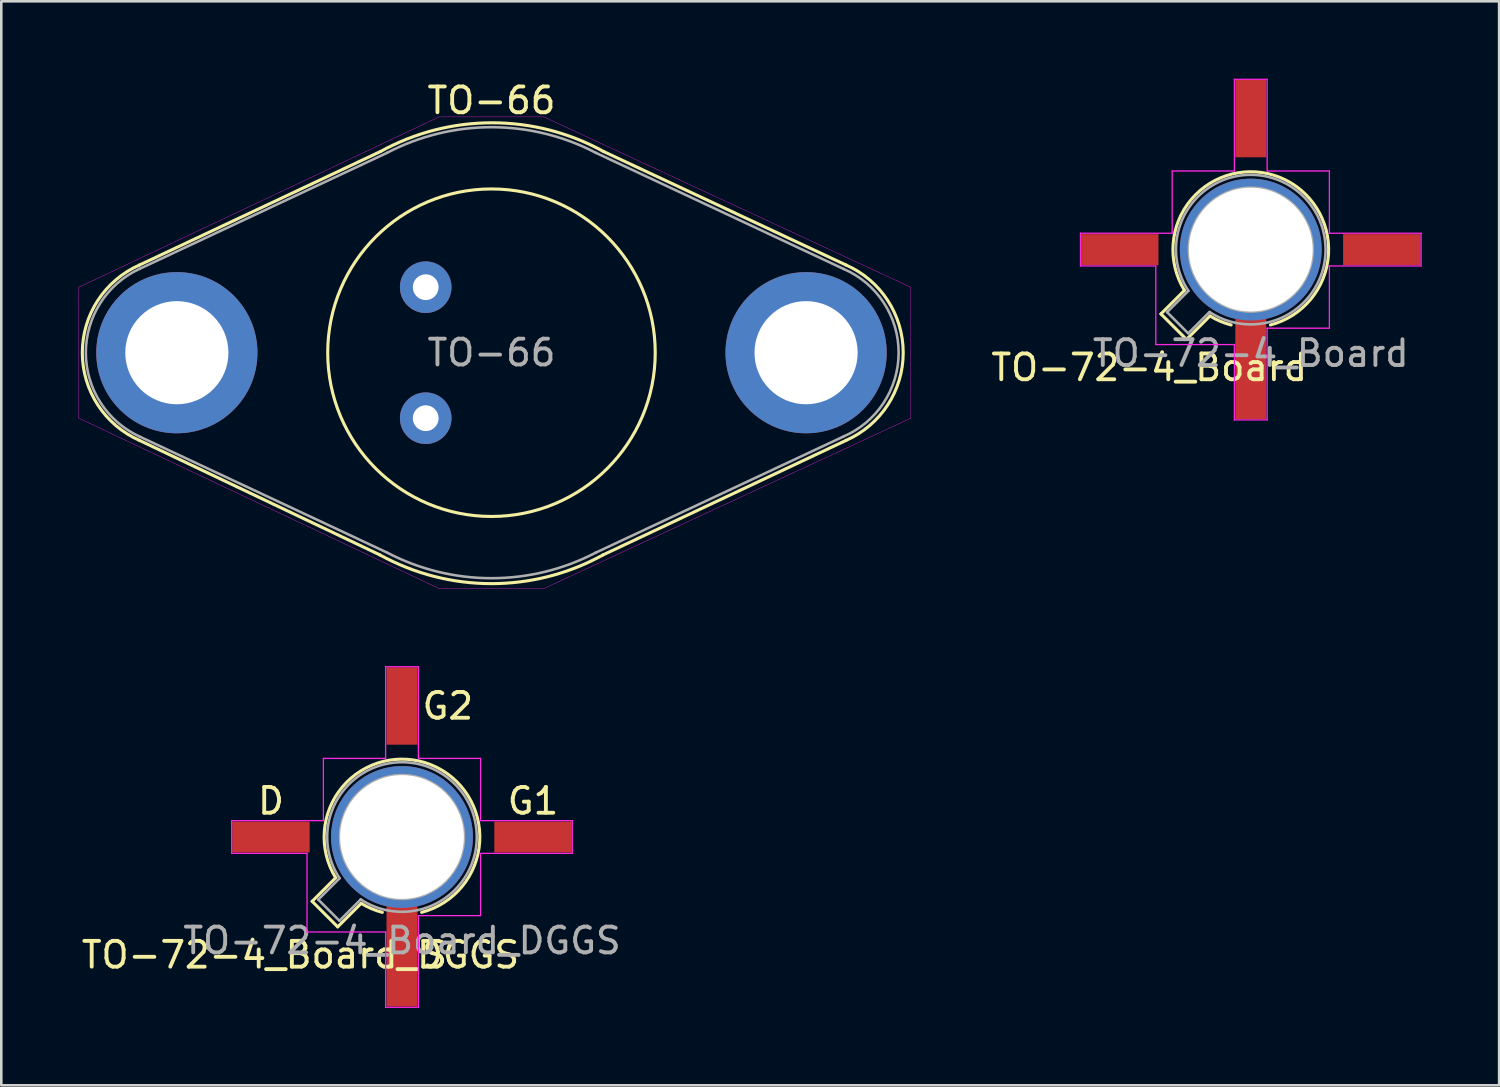
<source format=kicad_pcb>
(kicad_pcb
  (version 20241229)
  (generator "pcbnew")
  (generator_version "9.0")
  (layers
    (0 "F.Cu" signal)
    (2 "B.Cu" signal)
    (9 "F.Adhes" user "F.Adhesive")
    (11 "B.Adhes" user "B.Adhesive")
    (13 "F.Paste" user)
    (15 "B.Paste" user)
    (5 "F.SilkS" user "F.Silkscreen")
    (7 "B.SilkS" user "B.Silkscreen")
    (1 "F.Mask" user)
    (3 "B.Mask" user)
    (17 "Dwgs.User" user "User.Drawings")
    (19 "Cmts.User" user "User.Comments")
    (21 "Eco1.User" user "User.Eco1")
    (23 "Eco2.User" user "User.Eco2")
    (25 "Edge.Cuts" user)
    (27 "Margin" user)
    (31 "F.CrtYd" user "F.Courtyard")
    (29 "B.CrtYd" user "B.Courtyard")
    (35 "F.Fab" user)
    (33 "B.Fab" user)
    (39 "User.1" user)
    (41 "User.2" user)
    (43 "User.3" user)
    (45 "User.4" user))
  (footprint "TO-72-4_Board_DGGS"
    (layer "F.Cu")
    (at 11.268 29.407)
    (property "Reference" "TO-72-4_Board_DGGS" (at -2.667 4.572 0) (layer "F.SilkS") (effects (font (size 1 1) (thickness 0.15))))
    (fp_line (start -2.214 2.494) (end -1.302 1.582) (stroke (width 0.12) (type solid)) (layer "F.SilkS"))
    (fp_line (start -1.224 3.484) (end -2.214 2.494) (stroke (width 0.12) (type solid)) (layer "F.SilkS"))
    (fp_line (start -0.312 2.572) (end -1.224 3.484) (stroke (width 0.12) (type solid)) (layer "F.SilkS"))
    (fp_arc (start -1.30109 1.581891) (mid 2.395391 -2.801139) (end 2.032 2.921) (stroke (width 0.12) (type solid)) (layer "F.SilkS"))
    (fp_arc (start 0.507681 2.922203) (mid 0.084691 2.777669) (end -0.312331 2.572281) (stroke (width 0.12) (type solid)) (layer "F.SilkS"))
    (fp_line (start -5.334 -0.635) (end -1.778 -0.635) (stroke (width 0.05) (type solid)) (layer "F.CrtYd"))
    (fp_line (start -5.334 0.635) (end -5.334 -0.635) (stroke (width 0.05) (type solid)) (layer "F.CrtYd"))
    (fp_line (start -2.413 0.635) (end -5.334 0.635) (stroke (width 0.05) (type solid)) (layer "F.CrtYd"))
    (fp_line (start -2.413 3.683) (end -2.413 0.635) (stroke (width 0.05) (type solid)) (layer "F.CrtYd"))
    (fp_line (start -1.778 -3.048) (end 0.635 -3.048) (stroke (width 0.05) (type solid)) (layer "F.CrtYd"))
    (fp_line (start -1.778 -0.635) (end -1.778 -3.048) (stroke (width 0.05) (type solid)) (layer "F.CrtYd"))
    (fp_line (start 0.635 -6.604) (end 1.905 -6.604) (stroke (width 0.05) (type solid)) (layer "F.CrtYd"))
    (fp_line (start 0.635 -3.048) (end 0.635 -6.604) (stroke (width 0.05) (type solid)) (layer "F.CrtYd"))
    (fp_line (start 0.635 3.683) (end -2.413 3.683) (stroke (width 0.05) (type solid)) (layer "F.CrtYd"))
    (fp_line (start 0.635 6.604) (end 0.635 3.683) (stroke (width 0.05) (type solid)) (layer "F.CrtYd"))
    (fp_line (start 1.905 -6.604) (end 1.905 -3.048) (stroke (width 0.05) (type solid)) (layer "F.CrtYd"))
    (fp_line (start 1.905 -3.048) (end 4.318 -3.048) (stroke (width 0.05) (type solid)) (layer "F.CrtYd"))
    (fp_line (start 1.905 3.048) (end 1.905 6.604) (stroke (width 0.05) (type solid)) (layer "F.CrtYd"))
    (fp_line (start 1.905 6.604) (end 0.635 6.604) (stroke (width 0.05) (type solid)) (layer "F.CrtYd"))
    (fp_line (start 4.318 -3.048) (end 4.318 -0.635) (stroke (width 0.05) (type solid)) (layer "F.CrtYd"))
    (fp_line (start 4.318 -0.635) (end 7.874 -0.635) (stroke (width 0.05) (type solid)) (layer "F.CrtYd"))
    (fp_line (start 4.318 0.635) (end 4.318 3.048) (stroke (width 0.05) (type solid)) (layer "F.CrtYd"))
    (fp_line (start 4.318 3.048) (end 1.905 3.048) (stroke (width 0.05) (type solid)) (layer "F.CrtYd"))
    (fp_line (start 7.874 -0.635) (end 7.874 0.635) (stroke (width 0.05) (type solid)) (layer "F.CrtYd"))
    (fp_line (start 7.874 0.635) (end 4.318 0.635) (stroke (width 0.05) (type solid)) (layer "F.CrtYd"))
    (fp_line (start -1.977 2.426) (end -1.149 1.599) (stroke (width 0.1) (type solid)) (layer "F.Fab"))
    (fp_line (start -1.156 3.247) (end -1.977 2.426) (stroke (width 0.1) (type solid)) (layer "F.Fab"))
    (fp_line (start -0.329 2.419) (end -1.156 3.247) (stroke (width 0.1) (type solid)) (layer "F.Fab"))
    (fp_arc (start -1.150029 1.597956) (mid 3.321077 -2.050143) (end -0.329057 2.419301) (stroke (width 0.1) (type solid)) (layer "F.Fab"))
    (fp_circle (center 1.27 0) (end 3.67 0) (stroke (width 0.1) (type solid)) (fill no) (layer "F.Fab"))
    (fp_text user "G1" (at 6.35 -1.397 0) (unlocked yes) (layer "F.SilkS") (effects (font (size 1 1) (thickness 0.15))))
    (fp_text user "S" (at 2.54 4.572 0) (unlocked yes) (layer "F.SilkS") (effects (font (size 1 1) (thickness 0.15))))
    (fp_text user "D" (at -3.81 -1.397 0) (unlocked yes) (layer "F.SilkS") (effects (font (size 1 1) (thickness 0.15))))
    (fp_text user "G2" (at 3.048 -5.08 0) (unlocked yes) (layer "F.SilkS") (effects (font (size 1 1) (thickness 0.15))))
    (fp_text user "${REFERENCE}" (at 1.27 4.02 0) (layer "F.Fab") (effects (font (size 1 1) (thickness 0.15))))
    (pad "1" smd rect (at -3.81 0) (size 3 1.2) (layers "F.Cu" "F.Mask" "F.Paste"))
    (pad "2" smd rect (at 1.27 -5.08) (size 1.2 3) (layers "F.Cu" "F.Mask" "F.Paste"))
    (pad "3" smd rect (at 6.35 0) (size 3 1.2) (layers "F.Cu" "F.Mask" "F.Paste"))
    (pad "4" thru_hole circle (at 1.27 0) (size 5.5 5.5) (drill 4.8) (layers "*.Cu" "*.Mask"))
    (pad "4" smd rect (at 1.27 4.572) (size 1.2 4) (layers "F.Cu" "F.Mask" "F.Paste")))
  (footprint "TO-72-4_Board"
    (layer "F.Cu")
    (at 44.182 6.629)
    (property "Reference" "TO-72-4_Board" (at -2.667 4.572 0) (layer "F.SilkS") (effects (font (size 1 1) (thickness 0.15))))
    (attr through_hole)
    (fp_line (start -2.214 2.494) (end -1.302 1.582) (stroke (width 0.12) (type solid)) (layer "F.SilkS"))
    (fp_line (start -1.224 3.484) (end -2.214 2.494) (stroke (width 0.12) (type solid)) (layer "F.SilkS"))
    (fp_line (start -0.312 2.572) (end -1.224 3.484) (stroke (width 0.12) (type solid)) (layer "F.SilkS"))
    (fp_arc (start -1.30109 1.581891) (mid 2.395391 -2.801139) (end 2.032 2.921) (stroke (width 0.12) (type solid)) (layer "F.SilkS"))
    (fp_arc (start 0.507681 2.922203) (mid 0.084691 2.777669) (end -0.312331 2.572281) (stroke (width 0.12) (type solid)) (layer "F.SilkS"))
    (fp_line (start -5.334 -0.635) (end -1.778 -0.635) (stroke (width 0.05) (type solid)) (layer "F.CrtYd"))
    (fp_line (start -5.334 0.635) (end -5.334 -0.635) (stroke (width 0.05) (type solid)) (layer "F.CrtYd"))
    (fp_line (start -2.413 0.635) (end -5.334 0.635) (stroke (width 0.05) (type solid)) (layer "F.CrtYd"))
    (fp_line (start -2.413 3.683) (end -2.413 0.635) (stroke (width 0.05) (type solid)) (layer "F.CrtYd"))
    (fp_line (start -1.778 -3.048) (end 0.635 -3.048) (stroke (width 0.05) (type solid)) (layer "F.CrtYd"))
    (fp_line (start -1.778 -0.635) (end -1.778 -3.048) (stroke (width 0.05) (type solid)) (layer "F.CrtYd"))
    (fp_line (start 0.635 -6.604) (end 1.905 -6.604) (stroke (width 0.05) (type solid)) (layer "F.CrtYd"))
    (fp_line (start 0.635 -3.048) (end 0.635 -6.604) (stroke (width 0.05) (type solid)) (layer "F.CrtYd"))
    (fp_line (start 0.635 3.683) (end -2.413 3.683) (stroke (width 0.05) (type solid)) (layer "F.CrtYd"))
    (fp_line (start 0.635 6.604) (end 0.635 3.683) (stroke (width 0.05) (type solid)) (layer "F.CrtYd"))
    (fp_line (start 1.905 -6.604) (end 1.905 -3.048) (stroke (width 0.05) (type solid)) (layer "F.CrtYd"))
    (fp_line (start 1.905 -3.048) (end 4.318 -3.048) (stroke (width 0.05) (type solid)) (layer "F.CrtYd"))
    (fp_line (start 1.905 3.048) (end 1.905 6.604) (stroke (width 0.05) (type solid)) (layer "F.CrtYd"))
    (fp_line (start 1.905 6.604) (end 0.635 6.604) (stroke (width 0.05) (type solid)) (layer "F.CrtYd"))
    (fp_line (start 4.318 -3.048) (end 4.318 -0.635) (stroke (width 0.05) (type solid)) (layer "F.CrtYd"))
    (fp_line (start 4.318 -0.635) (end 7.874 -0.635) (stroke (width 0.05) (type solid)) (layer "F.CrtYd"))
    (fp_line (start 4.318 0.635) (end 4.318 3.048) (stroke (width 0.05) (type solid)) (layer "F.CrtYd"))
    (fp_line (start 4.318 3.048) (end 1.905 3.048) (stroke (width 0.05) (type solid)) (layer "F.CrtYd"))
    (fp_line (start 7.874 -0.635) (end 7.874 0.635) (stroke (width 0.05) (type solid)) (layer "F.CrtYd"))
    (fp_line (start 7.874 0.635) (end 4.318 0.635) (stroke (width 0.05) (type solid)) (layer "F.CrtYd"))
    (fp_line (start -1.977 2.426) (end -1.149 1.599) (stroke (width 0.1) (type solid)) (layer "F.Fab"))
    (fp_line (start -1.156 3.247) (end -1.977 2.426) (stroke (width 0.1) (type solid)) (layer "F.Fab"))
    (fp_line (start -0.329 2.419) (end -1.156 3.247) (stroke (width 0.1) (type solid)) (layer "F.Fab"))
    (fp_arc (start -1.150029 1.597956) (mid 3.321077 -2.050143) (end -0.329057 2.419301) (stroke (width 0.1) (type solid)) (layer "F.Fab"))
    (fp_circle (center 1.27 0) (end 3.67 0) (stroke (width 0.1) (type solid)) (fill no) (layer "F.Fab"))
    (fp_text user "${REFERENCE}" (at 1.27 4.02 0) (layer "F.Fab") (effects (font (size 1 1) (thickness 0.15))))
    (pad "1" smd rect (at -3.81 0) (size 3 1.2) (layers "F.Cu" "F.Mask" "F.Paste"))
    (pad "2" smd rect (at 1.27 -5.08) (size 1.2 3) (layers "F.Cu" "F.Mask" "F.Paste"))
    (pad "3" smd rect (at 6.35 0) (size 3 1.2) (layers "F.Cu" "F.Mask" "F.Paste"))
    (pad "4" thru_hole circle (at 1.27 0) (size 5.5 5.5) (drill 4.8) (layers "*.Cu" "*.Mask"))
    (pad "4" smd rect (at 1.27 4.572) (size 1.2 4) (layers "F.Cu" "F.Mask" "F.Paste")))
  (footprint "TO-66"
    (layer "F.Cu")
    (at 16.008 10.627)
    (property "Reference" "TO-66" (at 0 -9.779 0) (unlocked yes) (layer "F.SilkS") (effects (font (size 1 1) (thickness 0.15))))
    (fp_line (start -13.65 3.4) (end -4.328 7.84) (stroke (width 0.12) (type solid)) (layer "F.SilkS"))
    (fp_line (start -4.301 -7.803) (end -13.65 -3.4) (stroke (width 0.12) (type solid)) (layer "F.SilkS"))
    (fp_line (start 4.323 7.842) (end 13.75 3.4) (stroke (width 0.12) (type solid)) (layer "F.SilkS"))
    (fp_line (start 13.75 -3.4) (end 4.35 -7.8) (stroke (width 0.12) (type solid)) (layer "F.SilkS"))
    (fp_arc (start -13.65 3.4) (mid -15.866172 0) (end -13.65 -3.4) (stroke (width 0.12) (type solid)) (layer "F.SilkS"))
    (fp_arc (start -4.301422 -7.802581) (mid 0.024621 -8.915334) (end 4.35 -7.8) (stroke (width 0.12) (type solid)) (layer "F.SilkS"))
    (fp_arc (start 4.323372 7.842406) (mid -0.002671 8.955159) (end -4.32805 7.839825) (stroke (width 0.12) (type solid)) (layer "F.SilkS"))
    (fp_arc (start 13.750015 -3.4) (mid 15.966187 0) (end 13.750015 3.4) (stroke (width 0.12) (type solid)) (layer "F.SilkS"))
    (fp_circle (center 0 0) (end 6.35 0) (stroke (width 0.12) (type solid)) (fill no) (layer "F.SilkS"))
    (fp_line (start -16.002 -2.54) (end -2.032 -9.144) (stroke (width 0.013) (type solid)) (layer "F.CrtYd"))
    (fp_line (start -16.002 -2.286) (end -16.002 -2.54) (stroke (width 0.013) (type solid)) (layer "F.CrtYd"))
    (fp_line (start -16.002 -2.032) (end -16.002 -2.286) (stroke (width 0.013) (type solid)) (layer "F.CrtYd"))
    (fp_line (start -16.002 0) (end -16.002 -2.032) (stroke (width 0.013) (type solid)) (layer "F.CrtYd"))
    (fp_line (start -16.002 2.54) (end -16.002 0) (stroke (width 0.013) (type solid)) (layer "F.CrtYd"))
    (fp_line (start -2.032 -9.144) (end 2.032 -9.144) (stroke (width 0.013) (type solid)) (layer "F.CrtYd"))
    (fp_line (start -2.032 9.144) (end -16.002 2.54) (stroke (width 0.013) (type solid)) (layer "F.CrtYd"))
    (fp_line (start 2.032 -9.144) (end 16.256 -2.54) (stroke (width 0.013) (type solid)) (layer "F.CrtYd"))
    (fp_line (start 2.032 9.144) (end -2.032 9.144) (stroke (width 0.013) (type solid)) (layer "F.CrtYd"))
    (fp_line (start 16.256 -2.54) (end 16.256 2.54) (stroke (width 0.013) (type solid)) (layer "F.CrtYd"))
    (fp_line (start 16.256 2.54) (end 2.032 9.144) (stroke (width 0.013) (type solid)) (layer "F.CrtYd"))
    (fp_line (start -13.65 -3.25) (end -4.05 -7.75) (stroke (width 0.1) (type solid)) (layer "F.Fab"))
    (fp_line (start -13.65 3.25) (end -4.05 7.75) (stroke (width 0.1) (type solid)) (layer "F.Fab"))
    (fp_line (start 13.65 -3.25) (end 4.05 -7.75) (stroke (width 0.1) (type solid)) (layer "F.Fab"))
    (fp_line (start 13.65 3.25) (end 4.05 7.75) (stroke (width 0.1) (type solid)) (layer "F.Fab"))
    (fp_arc (start -13.65 3.25) (mid -15.729455 0) (end -13.65 -3.25) (stroke (width 0.1) (type solid)) (layer "F.Fab"))
    (fp_arc (start -4.05 -7.749999) (mid 0 -8.744426) (end 4.049999 -7.749999) (stroke (width 0.1) (type solid)) (layer "F.Fab"))
    (fp_arc (start 4.05 7.749999) (mid 0 8.744426) (end -4.049999 7.749999) (stroke (width 0.1) (type solid)) (layer "F.Fab"))
    (fp_arc (start 13.65 -3.25) (mid 15.788714 0) (end 13.65 3.25) (stroke (width 0.1) (type solid)) (layer "F.Fab"))
    (fp_text user "${REFERENCE}" (at 0 0 0) (layer "F.Fab") (effects (font (size 1 1) (thickness 0.15))))
    (pad "1" thru_hole circle (at -2.55 -2.54) (size 2 2) (drill 1) (layers "*.Cu" "*.Mask"))
    (pad "2" thru_hole circle (at -2.55 2.54) (size 2 2) (drill 1) (layers "*.Cu" "*.Mask"))
    (pad "3" thru_hole circle (at -12.2 0) (size 6.25 6.25) (drill 4) (layers "*.Cu" "*.Mask"))
    (pad "3" thru_hole circle (at 12.2 0) (size 6.25 6.25) (drill 4) (layers "*.Cu" "*.Mask")))
  (gr_rect
    (start -3 -3)
    (end 55.081 39.035)
    (stroke (width 0.1) (type default))
    (fill no)
    (layer "Edge.Cuts")))
</source>
